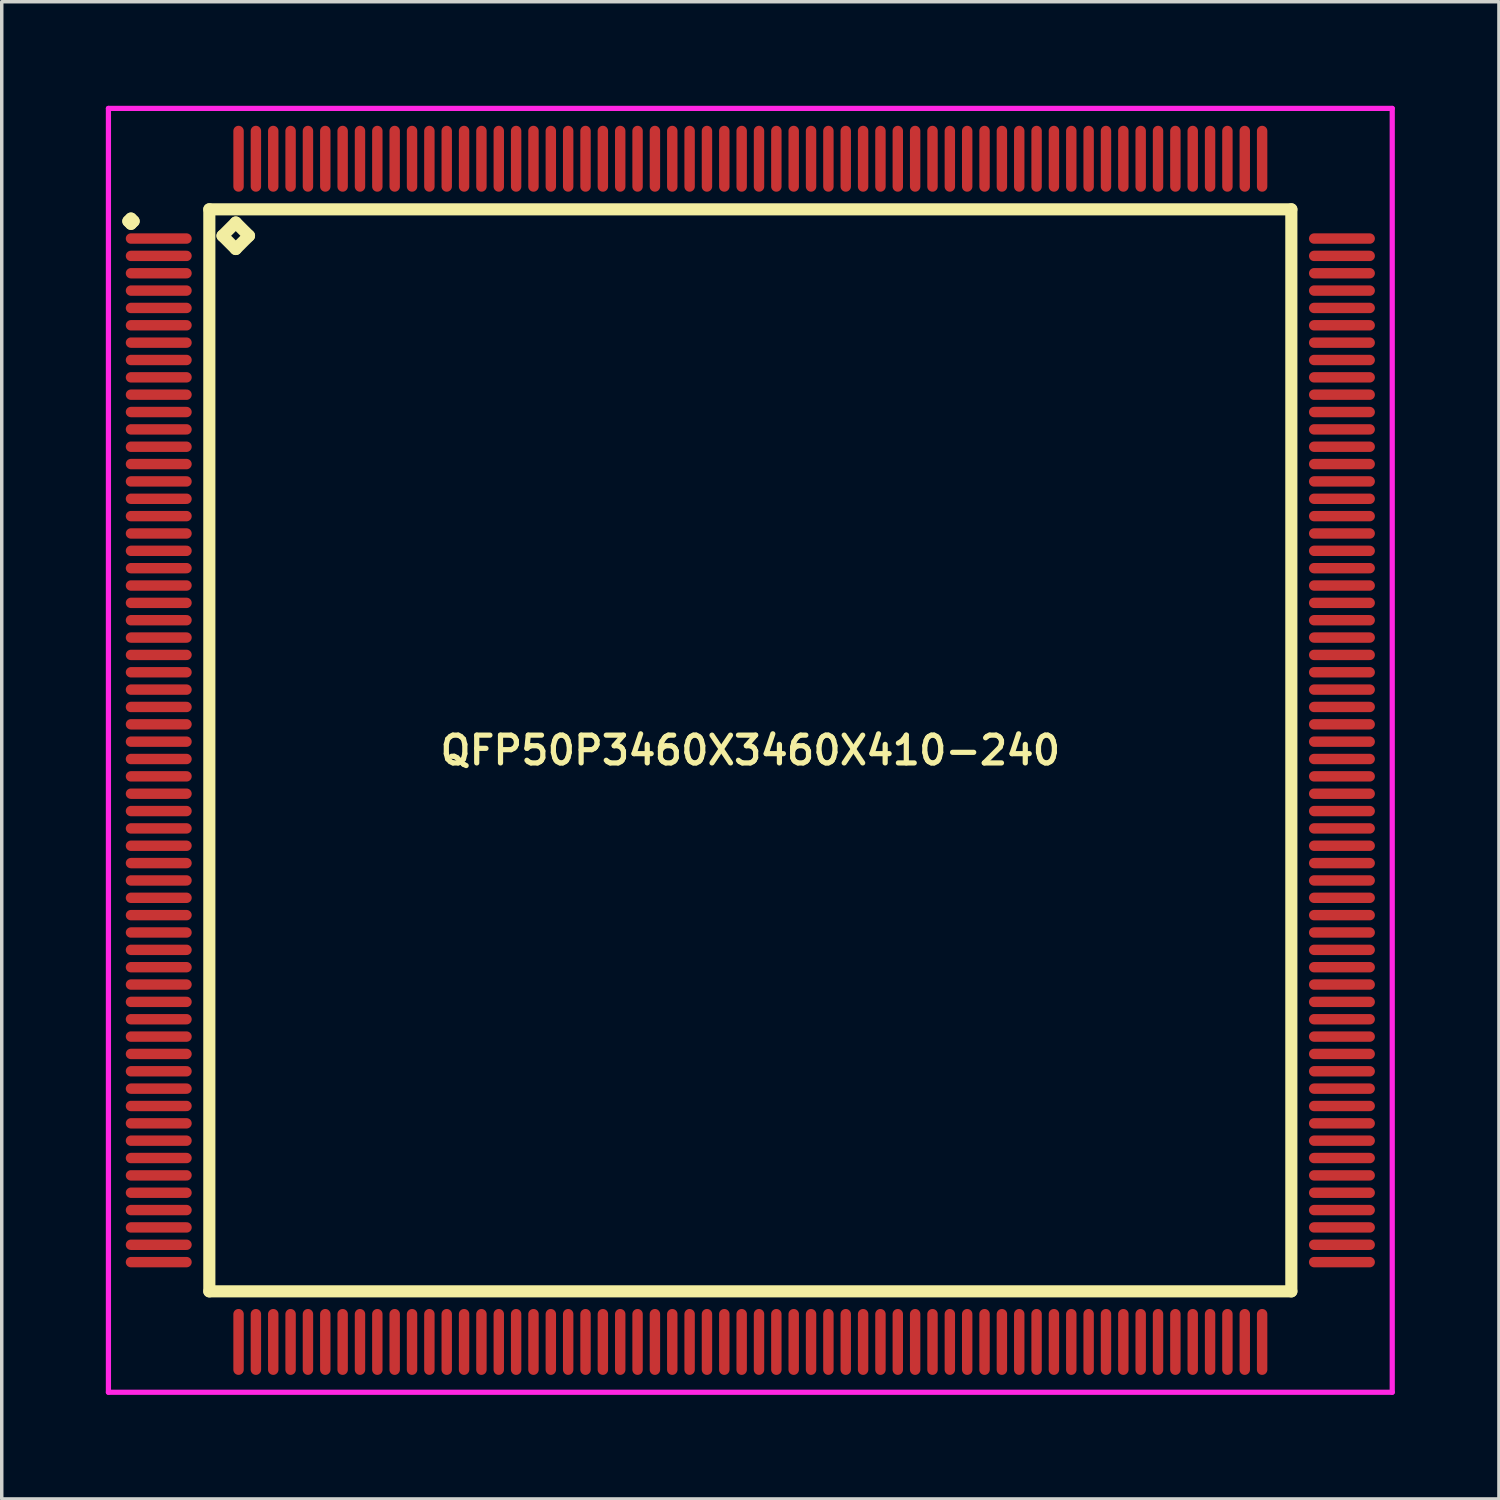
<source format=kicad_pcb>
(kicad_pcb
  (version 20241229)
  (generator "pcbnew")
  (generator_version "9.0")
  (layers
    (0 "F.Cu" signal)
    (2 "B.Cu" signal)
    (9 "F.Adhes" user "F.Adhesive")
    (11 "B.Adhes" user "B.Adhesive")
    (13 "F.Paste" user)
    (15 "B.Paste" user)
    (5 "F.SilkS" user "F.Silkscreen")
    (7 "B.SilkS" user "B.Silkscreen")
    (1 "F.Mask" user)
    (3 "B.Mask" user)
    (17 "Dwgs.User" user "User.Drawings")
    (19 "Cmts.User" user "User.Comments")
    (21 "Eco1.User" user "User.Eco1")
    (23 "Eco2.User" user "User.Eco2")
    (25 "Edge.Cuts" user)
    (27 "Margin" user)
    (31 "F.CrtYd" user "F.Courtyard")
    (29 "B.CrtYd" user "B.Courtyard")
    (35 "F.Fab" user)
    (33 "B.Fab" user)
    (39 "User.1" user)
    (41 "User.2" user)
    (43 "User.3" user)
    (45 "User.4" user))
  (footprint "QFP50P3460X3460X410-240"
    (layer "F.Cu")
    (at 18.575 18.575)
    (property "Reference" "QFP50P3460X3460X410-240" (at 0 0 0) (layer "F.SilkS") (effects (font (size 0.8 0.8) (thickness 0.15))))
    (attr smd)
    (fp_line (start -17.925 -15.25) (end -17.85 -15.325) (stroke (width 0.35) (type solid)) (layer "F.SilkS"))
    (fp_line (start -17.85 -15.325) (end -17.775 -15.25) (stroke (width 0.35) (type solid)) (layer "F.SilkS"))
    (fp_line (start -17.85 -15.175) (end -17.925 -15.25) (stroke (width 0.35) (type solid)) (layer "F.SilkS"))
    (fp_line (start -17.775 -15.25) (end -17.85 -15.175) (stroke (width 0.35) (type solid)) (layer "F.SilkS"))
    (fp_line (start -15.592 -15.592) (end -15.592 15.592) (stroke (width 0.35) (type solid)) (layer "F.SilkS"))
    (fp_line (start -15.592 15.592) (end 15.592 15.592) (stroke (width 0.35) (type solid)) (layer "F.SilkS"))
    (fp_line (start -15.211 -14.83) (end -14.83 -15.211) (stroke (width 0.35) (type solid)) (layer "F.SilkS"))
    (fp_line (start -14.83 -15.211) (end -14.449 -14.83) (stroke (width 0.35) (type solid)) (layer "F.SilkS"))
    (fp_line (start -14.83 -14.449) (end -15.211 -14.83) (stroke (width 0.35) (type solid)) (layer "F.SilkS"))
    (fp_line (start -14.449 -14.83) (end -14.83 -14.449) (stroke (width 0.35) (type solid)) (layer "F.SilkS"))
    (fp_line (start 15.592 -15.592) (end -15.592 -15.592) (stroke (width 0.35) (type solid)) (layer "F.SilkS"))
    (fp_line (start 15.592 15.592) (end 15.592 -15.592) (stroke (width 0.35) (type solid)) (layer "F.SilkS"))
    (fp_line (start -18.5 -18.5) (end 18.5 -18.5) (stroke (width 0.15) (type solid)) (layer "F.CrtYd"))
    (fp_line (start -18.5 18.5) (end -18.5 -18.5) (stroke (width 0.15) (type solid)) (layer "F.CrtYd"))
    (fp_line (start 18.5 -18.5) (end 18.5 18.5) (stroke (width 0.15) (type solid)) (layer "F.CrtYd"))
    (fp_line (start 18.5 18.5) (end -18.5 18.5) (stroke (width 0.15) (type solid)) (layer "F.CrtYd"))
    (pad "1" smd oval (at -17.05 -14.75) (size 1.9 0.3) (layers "F.Cu" "F.Mask" "F.Paste"))
    (pad "2" smd oval (at -17.05 -14.25) (size 1.9 0.3) (layers "F.Cu" "F.Mask" "F.Paste"))
    (pad "3" smd oval (at -17.05 -13.75) (size 1.9 0.3) (layers "F.Cu" "F.Mask" "F.Paste"))
    (pad "4" smd oval (at -17.05 -13.25) (size 1.9 0.3) (layers "F.Cu" "F.Mask" "F.Paste"))
    (pad "5" smd oval (at -17.05 -12.75) (size 1.9 0.3) (layers "F.Cu" "F.Mask" "F.Paste"))
    (pad "6" smd oval (at -17.05 -12.25) (size 1.9 0.3) (layers "F.Cu" "F.Mask" "F.Paste"))
    (pad "7" smd oval (at -17.05 -11.75) (size 1.9 0.3) (layers "F.Cu" "F.Mask" "F.Paste"))
    (pad "8" smd oval (at -17.05 -11.25) (size 1.9 0.3) (layers "F.Cu" "F.Mask" "F.Paste"))
    (pad "9" smd oval (at -17.05 -10.75) (size 1.9 0.3) (layers "F.Cu" "F.Mask" "F.Paste"))
    (pad "10" smd oval (at -17.05 -10.25) (size 1.9 0.3) (layers "F.Cu" "F.Mask" "F.Paste"))
    (pad "11" smd oval (at -17.05 -9.75) (size 1.9 0.3) (layers "F.Cu" "F.Mask" "F.Paste"))
    (pad "12" smd oval (at -17.05 -9.25) (size 1.9 0.3) (layers "F.Cu" "F.Mask" "F.Paste"))
    (pad "13" smd oval (at -17.05 -8.75) (size 1.9 0.3) (layers "F.Cu" "F.Mask" "F.Paste"))
    (pad "14" smd oval (at -17.05 -8.25) (size 1.9 0.3) (layers "F.Cu" "F.Mask" "F.Paste"))
    (pad "15" smd oval (at -17.05 -7.75) (size 1.9 0.3) (layers "F.Cu" "F.Mask" "F.Paste"))
    (pad "16" smd oval (at -17.05 -7.25) (size 1.9 0.3) (layers "F.Cu" "F.Mask" "F.Paste"))
    (pad "17" smd oval (at -17.05 -6.75) (size 1.9 0.3) (layers "F.Cu" "F.Mask" "F.Paste"))
    (pad "18" smd oval (at -17.05 -6.25) (size 1.9 0.3) (layers "F.Cu" "F.Mask" "F.Paste"))
    (pad "19" smd oval (at -17.05 -5.75) (size 1.9 0.3) (layers "F.Cu" "F.Mask" "F.Paste"))
    (pad "20" smd oval (at -17.05 -5.25) (size 1.9 0.3) (layers "F.Cu" "F.Mask" "F.Paste"))
    (pad "21" smd oval (at -17.05 -4.75) (size 1.9 0.3) (layers "F.Cu" "F.Mask" "F.Paste"))
    (pad "22" smd oval (at -17.05 -4.25) (size 1.9 0.3) (layers "F.Cu" "F.Mask" "F.Paste"))
    (pad "23" smd oval (at -17.05 -3.75) (size 1.9 0.3) (layers "F.Cu" "F.Mask" "F.Paste"))
    (pad "24" smd oval (at -17.05 -3.25) (size 1.9 0.3) (layers "F.Cu" "F.Mask" "F.Paste"))
    (pad "25" smd oval (at -17.05 -2.75) (size 1.9 0.3) (layers "F.Cu" "F.Mask" "F.Paste"))
    (pad "26" smd oval (at -17.05 -2.25) (size 1.9 0.3) (layers "F.Cu" "F.Mask" "F.Paste"))
    (pad "27" smd oval (at -17.05 -1.75) (size 1.9 0.3) (layers "F.Cu" "F.Mask" "F.Paste"))
    (pad "28" smd oval (at -17.05 -1.25) (size 1.9 0.3) (layers "F.Cu" "F.Mask" "F.Paste"))
    (pad "29" smd oval (at -17.05 -0.75) (size 1.9 0.3) (layers "F.Cu" "F.Mask" "F.Paste"))
    (pad "30" smd oval (at -17.05 -0.25) (size 1.9 0.3) (layers "F.Cu" "F.Mask" "F.Paste"))
    (pad "31" smd oval (at -17.05 0.25) (size 1.9 0.3) (layers "F.Cu" "F.Mask" "F.Paste"))
    (pad "32" smd oval (at -17.05 0.75) (size 1.9 0.3) (layers "F.Cu" "F.Mask" "F.Paste"))
    (pad "33" smd oval (at -17.05 1.25) (size 1.9 0.3) (layers "F.Cu" "F.Mask" "F.Paste"))
    (pad "34" smd oval (at -17.05 1.75) (size 1.9 0.3) (layers "F.Cu" "F.Mask" "F.Paste"))
    (pad "35" smd oval (at -17.05 2.25) (size 1.9 0.3) (layers "F.Cu" "F.Mask" "F.Paste"))
    (pad "36" smd oval (at -17.05 2.75) (size 1.9 0.3) (layers "F.Cu" "F.Mask" "F.Paste"))
    (pad "37" smd oval (at -17.05 3.25) (size 1.9 0.3) (layers "F.Cu" "F.Mask" "F.Paste"))
    (pad "38" smd oval (at -17.05 3.75) (size 1.9 0.3) (layers "F.Cu" "F.Mask" "F.Paste"))
    (pad "39" smd oval (at -17.05 4.25) (size 1.9 0.3) (layers "F.Cu" "F.Mask" "F.Paste"))
    (pad "40" smd oval (at -17.05 4.75) (size 1.9 0.3) (layers "F.Cu" "F.Mask" "F.Paste"))
    (pad "41" smd oval (at -17.05 5.25) (size 1.9 0.3) (layers "F.Cu" "F.Mask" "F.Paste"))
    (pad "42" smd oval (at -17.05 5.75) (size 1.9 0.3) (layers "F.Cu" "F.Mask" "F.Paste"))
    (pad "43" smd oval (at -17.05 6.25) (size 1.9 0.3) (layers "F.Cu" "F.Mask" "F.Paste"))
    (pad "44" smd oval (at -17.05 6.75) (size 1.9 0.3) (layers "F.Cu" "F.Mask" "F.Paste"))
    (pad "45" smd oval (at -17.05 7.25) (size 1.9 0.3) (layers "F.Cu" "F.Mask" "F.Paste"))
    (pad "46" smd oval (at -17.05 7.75) (size 1.9 0.3) (layers "F.Cu" "F.Mask" "F.Paste"))
    (pad "47" smd oval (at -17.05 8.25) (size 1.9 0.3) (layers "F.Cu" "F.Mask" "F.Paste"))
    (pad "48" smd oval (at -17.05 8.75) (size 1.9 0.3) (layers "F.Cu" "F.Mask" "F.Paste"))
    (pad "49" smd oval (at -17.05 9.25) (size 1.9 0.3) (layers "F.Cu" "F.Mask" "F.Paste"))
    (pad "50" smd oval (at -17.05 9.75) (size 1.9 0.3) (layers "F.Cu" "F.Mask" "F.Paste"))
    (pad "51" smd oval (at -17.05 10.25) (size 1.9 0.3) (layers "F.Cu" "F.Mask" "F.Paste"))
    (pad "52" smd oval (at -17.05 10.75) (size 1.9 0.3) (layers "F.Cu" "F.Mask" "F.Paste"))
    (pad "53" smd oval (at -17.05 11.25) (size 1.9 0.3) (layers "F.Cu" "F.Mask" "F.Paste"))
    (pad "54" smd oval (at -17.05 11.75) (size 1.9 0.3) (layers "F.Cu" "F.Mask" "F.Paste"))
    (pad "55" smd oval (at -17.05 12.25) (size 1.9 0.3) (layers "F.Cu" "F.Mask" "F.Paste"))
    (pad "56" smd oval (at -17.05 12.75) (size 1.9 0.3) (layers "F.Cu" "F.Mask" "F.Paste"))
    (pad "57" smd oval (at -17.05 13.25) (size 1.9 0.3) (layers "F.Cu" "F.Mask" "F.Paste"))
    (pad "58" smd oval (at -17.05 13.75) (size 1.9 0.3) (layers "F.Cu" "F.Mask" "F.Paste"))
    (pad "59" smd oval (at -17.05 14.25) (size 1.9 0.3) (layers "F.Cu" "F.Mask" "F.Paste"))
    (pad "60" smd oval (at -17.05 14.75) (size 1.9 0.3) (layers "F.Cu" "F.Mask" "F.Paste"))
    (pad "61" smd oval (at -14.75 17.05) (size 0.3 1.9) (layers "F.Cu" "F.Mask" "F.Paste"))
    (pad "62" smd oval (at -14.25 17.05) (size 0.3 1.9) (layers "F.Cu" "F.Mask" "F.Paste"))
    (pad "63" smd oval (at -13.75 17.05) (size 0.3 1.9) (layers "F.Cu" "F.Mask" "F.Paste"))
    (pad "64" smd oval (at -13.25 17.05) (size 0.3 1.9) (layers "F.Cu" "F.Mask" "F.Paste"))
    (pad "65" smd oval (at -12.75 17.05) (size 0.3 1.9) (layers "F.Cu" "F.Mask" "F.Paste"))
    (pad "66" smd oval (at -12.25 17.05) (size 0.3 1.9) (layers "F.Cu" "F.Mask" "F.Paste"))
    (pad "67" smd oval (at -11.75 17.05) (size 0.3 1.9) (layers "F.Cu" "F.Mask" "F.Paste"))
    (pad "68" smd oval (at -11.25 17.05) (size 0.3 1.9) (layers "F.Cu" "F.Mask" "F.Paste"))
    (pad "69" smd oval (at -10.75 17.05) (size 0.3 1.9) (layers "F.Cu" "F.Mask" "F.Paste"))
    (pad "70" smd oval (at -10.25 17.05) (size 0.3 1.9) (layers "F.Cu" "F.Mask" "F.Paste"))
    (pad "71" smd oval (at -9.75 17.05) (size 0.3 1.9) (layers "F.Cu" "F.Mask" "F.Paste"))
    (pad "72" smd oval (at -9.25 17.05) (size 0.3 1.9) (layers "F.Cu" "F.Mask" "F.Paste"))
    (pad "73" smd oval (at -8.75 17.05) (size 0.3 1.9) (layers "F.Cu" "F.Mask" "F.Paste"))
    (pad "74" smd oval (at -8.25 17.05) (size 0.3 1.9) (layers "F.Cu" "F.Mask" "F.Paste"))
    (pad "75" smd oval (at -7.75 17.05) (size 0.3 1.9) (layers "F.Cu" "F.Mask" "F.Paste"))
    (pad "76" smd oval (at -7.25 17.05) (size 0.3 1.9) (layers "F.Cu" "F.Mask" "F.Paste"))
    (pad "77" smd oval (at -6.75 17.05) (size 0.3 1.9) (layers "F.Cu" "F.Mask" "F.Paste"))
    (pad "78" smd oval (at -6.25 17.05) (size 0.3 1.9) (layers "F.Cu" "F.Mask" "F.Paste"))
    (pad "79" smd oval (at -5.75 17.05) (size 0.3 1.9) (layers "F.Cu" "F.Mask" "F.Paste"))
    (pad "80" smd oval (at -5.25 17.05) (size 0.3 1.9) (layers "F.Cu" "F.Mask" "F.Paste"))
    (pad "81" smd oval (at -4.75 17.05) (size 0.3 1.9) (layers "F.Cu" "F.Mask" "F.Paste"))
    (pad "82" smd oval (at -4.25 17.05) (size 0.3 1.9) (layers "F.Cu" "F.Mask" "F.Paste"))
    (pad "83" smd oval (at -3.75 17.05) (size 0.3 1.9) (layers "F.Cu" "F.Mask" "F.Paste"))
    (pad "84" smd oval (at -3.25 17.05) (size 0.3 1.9) (layers "F.Cu" "F.Mask" "F.Paste"))
    (pad "85" smd oval (at -2.75 17.05) (size 0.3 1.9) (layers "F.Cu" "F.Mask" "F.Paste"))
    (pad "86" smd oval (at -2.25 17.05) (size 0.3 1.9) (layers "F.Cu" "F.Mask" "F.Paste"))
    (pad "87" smd oval (at -1.75 17.05) (size 0.3 1.9) (layers "F.Cu" "F.Mask" "F.Paste"))
    (pad "88" smd oval (at -1.25 17.05) (size 0.3 1.9) (layers "F.Cu" "F.Mask" "F.Paste"))
    (pad "89" smd oval (at -0.75 17.05) (size 0.3 1.9) (layers "F.Cu" "F.Mask" "F.Paste"))
    (pad "90" smd oval (at -0.25 17.05) (size 0.3 1.9) (layers "F.Cu" "F.Mask" "F.Paste"))
    (pad "91" smd oval (at 0.25 17.05) (size 0.3 1.9) (layers "F.Cu" "F.Mask" "F.Paste"))
    (pad "92" smd oval (at 0.75 17.05) (size 0.3 1.9) (layers "F.Cu" "F.Mask" "F.Paste"))
    (pad "93" smd oval (at 1.25 17.05) (size 0.3 1.9) (layers "F.Cu" "F.Mask" "F.Paste"))
    (pad "94" smd oval (at 1.75 17.05) (size 0.3 1.9) (layers "F.Cu" "F.Mask" "F.Paste"))
    (pad "95" smd oval (at 2.25 17.05) (size 0.3 1.9) (layers "F.Cu" "F.Mask" "F.Paste"))
    (pad "96" smd oval (at 2.75 17.05) (size 0.3 1.9) (layers "F.Cu" "F.Mask" "F.Paste"))
    (pad "97" smd oval (at 3.25 17.05) (size 0.3 1.9) (layers "F.Cu" "F.Mask" "F.Paste"))
    (pad "98" smd oval (at 3.75 17.05) (size 0.3 1.9) (layers "F.Cu" "F.Mask" "F.Paste"))
    (pad "99" smd oval (at 4.25 17.05) (size 0.3 1.9) (layers "F.Cu" "F.Mask" "F.Paste"))
    (pad "100" smd oval (at 4.75 17.05) (size 0.3 1.9) (layers "F.Cu" "F.Mask" "F.Paste"))
    (pad "101" smd oval (at 5.25 17.05) (size 0.3 1.9) (layers "F.Cu" "F.Mask" "F.Paste"))
    (pad "102" smd oval (at 5.75 17.05) (size 0.3 1.9) (layers "F.Cu" "F.Mask" "F.Paste"))
    (pad "103" smd oval (at 6.25 17.05) (size 0.3 1.9) (layers "F.Cu" "F.Mask" "F.Paste"))
    (pad "104" smd oval (at 6.75 17.05) (size 0.3 1.9) (layers "F.Cu" "F.Mask" "F.Paste"))
    (pad "105" smd oval (at 7.25 17.05) (size 0.3 1.9) (layers "F.Cu" "F.Mask" "F.Paste"))
    (pad "106" smd oval (at 7.75 17.05) (size 0.3 1.9) (layers "F.Cu" "F.Mask" "F.Paste"))
    (pad "107" smd oval (at 8.25 17.05) (size 0.3 1.9) (layers "F.Cu" "F.Mask" "F.Paste"))
    (pad "108" smd oval (at 8.75 17.05) (size 0.3 1.9) (layers "F.Cu" "F.Mask" "F.Paste"))
    (pad "109" smd oval (at 9.25 17.05) (size 0.3 1.9) (layers "F.Cu" "F.Mask" "F.Paste"))
    (pad "110" smd oval (at 9.75 17.05) (size 0.3 1.9) (layers "F.Cu" "F.Mask" "F.Paste"))
    (pad "111" smd oval (at 10.25 17.05) (size 0.3 1.9) (layers "F.Cu" "F.Mask" "F.Paste"))
    (pad "112" smd oval (at 10.75 17.05) (size 0.3 1.9) (layers "F.Cu" "F.Mask" "F.Paste"))
    (pad "113" smd oval (at 11.25 17.05) (size 0.3 1.9) (layers "F.Cu" "F.Mask" "F.Paste"))
    (pad "114" smd oval (at 11.75 17.05) (size 0.3 1.9) (layers "F.Cu" "F.Mask" "F.Paste"))
    (pad "115" smd oval (at 12.25 17.05) (size 0.3 1.9) (layers "F.Cu" "F.Mask" "F.Paste"))
    (pad "116" smd oval (at 12.75 17.05) (size 0.3 1.9) (layers "F.Cu" "F.Mask" "F.Paste"))
    (pad "117" smd oval (at 13.25 17.05) (size 0.3 1.9) (layers "F.Cu" "F.Mask" "F.Paste"))
    (pad "118" smd oval (at 13.75 17.05) (size 0.3 1.9) (layers "F.Cu" "F.Mask" "F.Paste"))
    (pad "119" smd oval (at 14.25 17.05) (size 0.3 1.9) (layers "F.Cu" "F.Mask" "F.Paste"))
    (pad "120" smd oval (at 14.75 17.05) (size 0.3 1.9) (layers "F.Cu" "F.Mask" "F.Paste"))
    (pad "121" smd oval (at 17.05 14.75) (size 1.9 0.3) (layers "F.Cu" "F.Mask" "F.Paste"))
    (pad "122" smd oval (at 17.05 14.25) (size 1.9 0.3) (layers "F.Cu" "F.Mask" "F.Paste"))
    (pad "123" smd oval (at 17.05 13.75) (size 1.9 0.3) (layers "F.Cu" "F.Mask" "F.Paste"))
    (pad "124" smd oval (at 17.05 13.25) (size 1.9 0.3) (layers "F.Cu" "F.Mask" "F.Paste"))
    (pad "125" smd oval (at 17.05 12.75) (size 1.9 0.3) (layers "F.Cu" "F.Mask" "F.Paste"))
    (pad "126" smd oval (at 17.05 12.25) (size 1.9 0.3) (layers "F.Cu" "F.Mask" "F.Paste"))
    (pad "127" smd oval (at 17.05 11.75) (size 1.9 0.3) (layers "F.Cu" "F.Mask" "F.Paste"))
    (pad "128" smd oval (at 17.05 11.25) (size 1.9 0.3) (layers "F.Cu" "F.Mask" "F.Paste"))
    (pad "129" smd oval (at 17.05 10.75) (size 1.9 0.3) (layers "F.Cu" "F.Mask" "F.Paste"))
    (pad "130" smd oval (at 17.05 10.25) (size 1.9 0.3) (layers "F.Cu" "F.Mask" "F.Paste"))
    (pad "131" smd oval (at 17.05 9.75) (size 1.9 0.3) (layers "F.Cu" "F.Mask" "F.Paste"))
    (pad "132" smd oval (at 17.05 9.25) (size 1.9 0.3) (layers "F.Cu" "F.Mask" "F.Paste"))
    (pad "133" smd oval (at 17.05 8.75) (size 1.9 0.3) (layers "F.Cu" "F.Mask" "F.Paste"))
    (pad "134" smd oval (at 17.05 8.25) (size 1.9 0.3) (layers "F.Cu" "F.Mask" "F.Paste"))
    (pad "135" smd oval (at 17.05 7.75) (size 1.9 0.3) (layers "F.Cu" "F.Mask" "F.Paste"))
    (pad "136" smd oval (at 17.05 7.25) (size 1.9 0.3) (layers "F.Cu" "F.Mask" "F.Paste"))
    (pad "137" smd oval (at 17.05 6.75) (size 1.9 0.3) (layers "F.Cu" "F.Mask" "F.Paste"))
    (pad "138" smd oval (at 17.05 6.25) (size 1.9 0.3) (layers "F.Cu" "F.Mask" "F.Paste"))
    (pad "139" smd oval (at 17.05 5.75) (size 1.9 0.3) (layers "F.Cu" "F.Mask" "F.Paste"))
    (pad "140" smd oval (at 17.05 5.25) (size 1.9 0.3) (layers "F.Cu" "F.Mask" "F.Paste"))
    (pad "141" smd oval (at 17.05 4.75) (size 1.9 0.3) (layers "F.Cu" "F.Mask" "F.Paste"))
    (pad "142" smd oval (at 17.05 4.25) (size 1.9 0.3) (layers "F.Cu" "F.Mask" "F.Paste"))
    (pad "143" smd oval (at 17.05 3.75) (size 1.9 0.3) (layers "F.Cu" "F.Mask" "F.Paste"))
    (pad "144" smd oval (at 17.05 3.25) (size 1.9 0.3) (layers "F.Cu" "F.Mask" "F.Paste"))
    (pad "145" smd oval (at 17.05 2.75) (size 1.9 0.3) (layers "F.Cu" "F.Mask" "F.Paste"))
    (pad "146" smd oval (at 17.05 2.25) (size 1.9 0.3) (layers "F.Cu" "F.Mask" "F.Paste"))
    (pad "147" smd oval (at 17.05 1.75) (size 1.9 0.3) (layers "F.Cu" "F.Mask" "F.Paste"))
    (pad "148" smd oval (at 17.05 1.25) (size 1.9 0.3) (layers "F.Cu" "F.Mask" "F.Paste"))
    (pad "149" smd oval (at 17.05 0.75) (size 1.9 0.3) (layers "F.Cu" "F.Mask" "F.Paste"))
    (pad "150" smd oval (at 17.05 0.25) (size 1.9 0.3) (layers "F.Cu" "F.Mask" "F.Paste"))
    (pad "151" smd oval (at 17.05 -0.25) (size 1.9 0.3) (layers "F.Cu" "F.Mask" "F.Paste"))
    (pad "152" smd oval (at 17.05 -0.75) (size 1.9 0.3) (layers "F.Cu" "F.Mask" "F.Paste"))
    (pad "153" smd oval (at 17.05 -1.25) (size 1.9 0.3) (layers "F.Cu" "F.Mask" "F.Paste"))
    (pad "154" smd oval (at 17.05 -1.75) (size 1.9 0.3) (layers "F.Cu" "F.Mask" "F.Paste"))
    (pad "155" smd oval (at 17.05 -2.25) (size 1.9 0.3) (layers "F.Cu" "F.Mask" "F.Paste"))
    (pad "156" smd oval (at 17.05 -2.75) (size 1.9 0.3) (layers "F.Cu" "F.Mask" "F.Paste"))
    (pad "157" smd oval (at 17.05 -3.25) (size 1.9 0.3) (layers "F.Cu" "F.Mask" "F.Paste"))
    (pad "158" smd oval (at 17.05 -3.75) (size 1.9 0.3) (layers "F.Cu" "F.Mask" "F.Paste"))
    (pad "159" smd oval (at 17.05 -4.25) (size 1.9 0.3) (layers "F.Cu" "F.Mask" "F.Paste"))
    (pad "160" smd oval (at 17.05 -4.75) (size 1.9 0.3) (layers "F.Cu" "F.Mask" "F.Paste"))
    (pad "161" smd oval (at 17.05 -5.25) (size 1.9 0.3) (layers "F.Cu" "F.Mask" "F.Paste"))
    (pad "162" smd oval (at 17.05 -5.75) (size 1.9 0.3) (layers "F.Cu" "F.Mask" "F.Paste"))
    (pad "163" smd oval (at 17.05 -6.25) (size 1.9 0.3) (layers "F.Cu" "F.Mask" "F.Paste"))
    (pad "164" smd oval (at 17.05 -6.75) (size 1.9 0.3) (layers "F.Cu" "F.Mask" "F.Paste"))
    (pad "165" smd oval (at 17.05 -7.25) (size 1.9 0.3) (layers "F.Cu" "F.Mask" "F.Paste"))
    (pad "166" smd oval (at 17.05 -7.75) (size 1.9 0.3) (layers "F.Cu" "F.Mask" "F.Paste"))
    (pad "167" smd oval (at 17.05 -8.25) (size 1.9 0.3) (layers "F.Cu" "F.Mask" "F.Paste"))
    (pad "168" smd oval (at 17.05 -8.75) (size 1.9 0.3) (layers "F.Cu" "F.Mask" "F.Paste"))
    (pad "169" smd oval (at 17.05 -9.25) (size 1.9 0.3) (layers "F.Cu" "F.Mask" "F.Paste"))
    (pad "170" smd oval (at 17.05 -9.75) (size 1.9 0.3) (layers "F.Cu" "F.Mask" "F.Paste"))
    (pad "171" smd oval (at 17.05 -10.25) (size 1.9 0.3) (layers "F.Cu" "F.Mask" "F.Paste"))
    (pad "172" smd oval (at 17.05 -10.75) (size 1.9 0.3) (layers "F.Cu" "F.Mask" "F.Paste"))
    (pad "173" smd oval (at 17.05 -11.25) (size 1.9 0.3) (layers "F.Cu" "F.Mask" "F.Paste"))
    (pad "174" smd oval (at 17.05 -11.75) (size 1.9 0.3) (layers "F.Cu" "F.Mask" "F.Paste"))
    (pad "175" smd oval (at 17.05 -12.25) (size 1.9 0.3) (layers "F.Cu" "F.Mask" "F.Paste"))
    (pad "176" smd oval (at 17.05 -12.75) (size 1.9 0.3) (layers "F.Cu" "F.Mask" "F.Paste"))
    (pad "177" smd oval (at 17.05 -13.25) (size 1.9 0.3) (layers "F.Cu" "F.Mask" "F.Paste"))
    (pad "178" smd oval (at 17.05 -13.75) (size 1.9 0.3) (layers "F.Cu" "F.Mask" "F.Paste"))
    (pad "179" smd oval (at 17.05 -14.25) (size 1.9 0.3) (layers "F.Cu" "F.Mask" "F.Paste"))
    (pad "180" smd oval (at 17.05 -14.75) (size 1.9 0.3) (layers "F.Cu" "F.Mask" "F.Paste"))
    (pad "181" smd oval (at 14.75 -17.05) (size 0.3 1.9) (layers "F.Cu" "F.Mask" "F.Paste"))
    (pad "182" smd oval (at 14.25 -17.05) (size 0.3 1.9) (layers "F.Cu" "F.Mask" "F.Paste"))
    (pad "183" smd oval (at 13.75 -17.05) (size 0.3 1.9) (layers "F.Cu" "F.Mask" "F.Paste"))
    (pad "184" smd oval (at 13.25 -17.05) (size 0.3 1.9) (layers "F.Cu" "F.Mask" "F.Paste"))
    (pad "185" smd oval (at 12.75 -17.05) (size 0.3 1.9) (layers "F.Cu" "F.Mask" "F.Paste"))
    (pad "186" smd oval (at 12.25 -17.05) (size 0.3 1.9) (layers "F.Cu" "F.Mask" "F.Paste"))
    (pad "187" smd oval (at 11.75 -17.05) (size 0.3 1.9) (layers "F.Cu" "F.Mask" "F.Paste"))
    (pad "188" smd oval (at 11.25 -17.05) (size 0.3 1.9) (layers "F.Cu" "F.Mask" "F.Paste"))
    (pad "189" smd oval (at 10.75 -17.05) (size 0.3 1.9) (layers "F.Cu" "F.Mask" "F.Paste"))
    (pad "190" smd oval (at 10.25 -17.05) (size 0.3 1.9) (layers "F.Cu" "F.Mask" "F.Paste"))
    (pad "191" smd oval (at 9.75 -17.05) (size 0.3 1.9) (layers "F.Cu" "F.Mask" "F.Paste"))
    (pad "192" smd oval (at 9.25 -17.05) (size 0.3 1.9) (layers "F.Cu" "F.Mask" "F.Paste"))
    (pad "193" smd oval (at 8.75 -17.05) (size 0.3 1.9) (layers "F.Cu" "F.Mask" "F.Paste"))
    (pad "194" smd oval (at 8.25 -17.05) (size 0.3 1.9) (layers "F.Cu" "F.Mask" "F.Paste"))
    (pad "195" smd oval (at 7.75 -17.05) (size 0.3 1.9) (layers "F.Cu" "F.Mask" "F.Paste"))
    (pad "196" smd oval (at 7.25 -17.05) (size 0.3 1.9) (layers "F.Cu" "F.Mask" "F.Paste"))
    (pad "197" smd oval (at 6.75 -17.05) (size 0.3 1.9) (layers "F.Cu" "F.Mask" "F.Paste"))
    (pad "198" smd oval (at 6.25 -17.05) (size 0.3 1.9) (layers "F.Cu" "F.Mask" "F.Paste"))
    (pad "199" smd oval (at 5.75 -17.05) (size 0.3 1.9) (layers "F.Cu" "F.Mask" "F.Paste"))
    (pad "200" smd oval (at 5.25 -17.05) (size 0.3 1.9) (layers "F.Cu" "F.Mask" "F.Paste"))
    (pad "201" smd oval (at 4.75 -17.05) (size 0.3 1.9) (layers "F.Cu" "F.Mask" "F.Paste"))
    (pad "202" smd oval (at 4.25 -17.05) (size 0.3 1.9) (layers "F.Cu" "F.Mask" "F.Paste"))
    (pad "203" smd oval (at 3.75 -17.05) (size 0.3 1.9) (layers "F.Cu" "F.Mask" "F.Paste"))
    (pad "204" smd oval (at 3.25 -17.05) (size 0.3 1.9) (layers "F.Cu" "F.Mask" "F.Paste"))
    (pad "205" smd oval (at 2.75 -17.05) (size 0.3 1.9) (layers "F.Cu" "F.Mask" "F.Paste"))
    (pad "206" smd oval (at 2.25 -17.05) (size 0.3 1.9) (layers "F.Cu" "F.Mask" "F.Paste"))
    (pad "207" smd oval (at 1.75 -17.05) (size 0.3 1.9) (layers "F.Cu" "F.Mask" "F.Paste"))
    (pad "208" smd oval (at 1.25 -17.05) (size 0.3 1.9) (layers "F.Cu" "F.Mask" "F.Paste"))
    (pad "209" smd oval (at 0.75 -17.05) (size 0.3 1.9) (layers "F.Cu" "F.Mask" "F.Paste"))
    (pad "210" smd oval (at 0.25 -17.05) (size 0.3 1.9) (layers "F.Cu" "F.Mask" "F.Paste"))
    (pad "211" smd oval (at -0.25 -17.05) (size 0.3 1.9) (layers "F.Cu" "F.Mask" "F.Paste"))
    (pad "212" smd oval (at -0.75 -17.05) (size 0.3 1.9) (layers "F.Cu" "F.Mask" "F.Paste"))
    (pad "213" smd oval (at -1.25 -17.05) (size 0.3 1.9) (layers "F.Cu" "F.Mask" "F.Paste"))
    (pad "214" smd oval (at -1.75 -17.05) (size 0.3 1.9) (layers "F.Cu" "F.Mask" "F.Paste"))
    (pad "215" smd oval (at -2.25 -17.05) (size 0.3 1.9) (layers "F.Cu" "F.Mask" "F.Paste"))
    (pad "216" smd oval (at -2.75 -17.05) (size 0.3 1.9) (layers "F.Cu" "F.Mask" "F.Paste"))
    (pad "217" smd oval (at -3.25 -17.05) (size 0.3 1.9) (layers "F.Cu" "F.Mask" "F.Paste"))
    (pad "218" smd oval (at -3.75 -17.05) (size 0.3 1.9) (layers "F.Cu" "F.Mask" "F.Paste"))
    (pad "219" smd oval (at -4.25 -17.05) (size 0.3 1.9) (layers "F.Cu" "F.Mask" "F.Paste"))
    (pad "220" smd oval (at -4.75 -17.05) (size 0.3 1.9) (layers "F.Cu" "F.Mask" "F.Paste"))
    (pad "221" smd oval (at -5.25 -17.05) (size 0.3 1.9) (layers "F.Cu" "F.Mask" "F.Paste"))
    (pad "222" smd oval (at -5.75 -17.05) (size 0.3 1.9) (layers "F.Cu" "F.Mask" "F.Paste"))
    (pad "223" smd oval (at -6.25 -17.05) (size 0.3 1.9) (layers "F.Cu" "F.Mask" "F.Paste"))
    (pad "224" smd oval (at -6.75 -17.05) (size 0.3 1.9) (layers "F.Cu" "F.Mask" "F.Paste"))
    (pad "225" smd oval (at -7.25 -17.05) (size 0.3 1.9) (layers "F.Cu" "F.Mask" "F.Paste"))
    (pad "226" smd oval (at -7.75 -17.05) (size 0.3 1.9) (layers "F.Cu" "F.Mask" "F.Paste"))
    (pad "227" smd oval (at -8.25 -17.05) (size 0.3 1.9) (layers "F.Cu" "F.Mask" "F.Paste"))
    (pad "228" smd oval (at -8.75 -17.05) (size 0.3 1.9) (layers "F.Cu" "F.Mask" "F.Paste"))
    (pad "229" smd oval (at -9.25 -17.05) (size 0.3 1.9) (layers "F.Cu" "F.Mask" "F.Paste"))
    (pad "230" smd oval (at -9.75 -17.05) (size 0.3 1.9) (layers "F.Cu" "F.Mask" "F.Paste"))
    (pad "231" smd oval (at -10.25 -17.05) (size 0.3 1.9) (layers "F.Cu" "F.Mask" "F.Paste"))
    (pad "232" smd oval (at -10.75 -17.05) (size 0.3 1.9) (layers "F.Cu" "F.Mask" "F.Paste"))
    (pad "233" smd oval (at -11.25 -17.05) (size 0.3 1.9) (layers "F.Cu" "F.Mask" "F.Paste"))
    (pad "234" smd oval (at -11.75 -17.05) (size 0.3 1.9) (layers "F.Cu" "F.Mask" "F.Paste"))
    (pad "235" smd oval (at -12.25 -17.05) (size 0.3 1.9) (layers "F.Cu" "F.Mask" "F.Paste"))
    (pad "236" smd oval (at -12.75 -17.05) (size 0.3 1.9) (layers "F.Cu" "F.Mask" "F.Paste"))
    (pad "237" smd oval (at -13.25 -17.05) (size 0.3 1.9) (layers "F.Cu" "F.Mask" "F.Paste"))
    (pad "238" smd oval (at -13.75 -17.05) (size 0.3 1.9) (layers "F.Cu" "F.Mask" "F.Paste"))
    (pad "239" smd oval (at -14.25 -17.05) (size 0.3 1.9) (layers "F.Cu" "F.Mask" "F.Paste"))
    (pad "240" smd oval (at -14.75 -17.05) (size 0.3 1.9) (layers "F.Cu" "F.Mask" "F.Paste")))
  (gr_rect
    (start -3 -3)
    (end 40.15 40.15)
    (stroke (width 0.1) (type default))
    (fill no)
    (layer "Edge.Cuts")))
</source>
